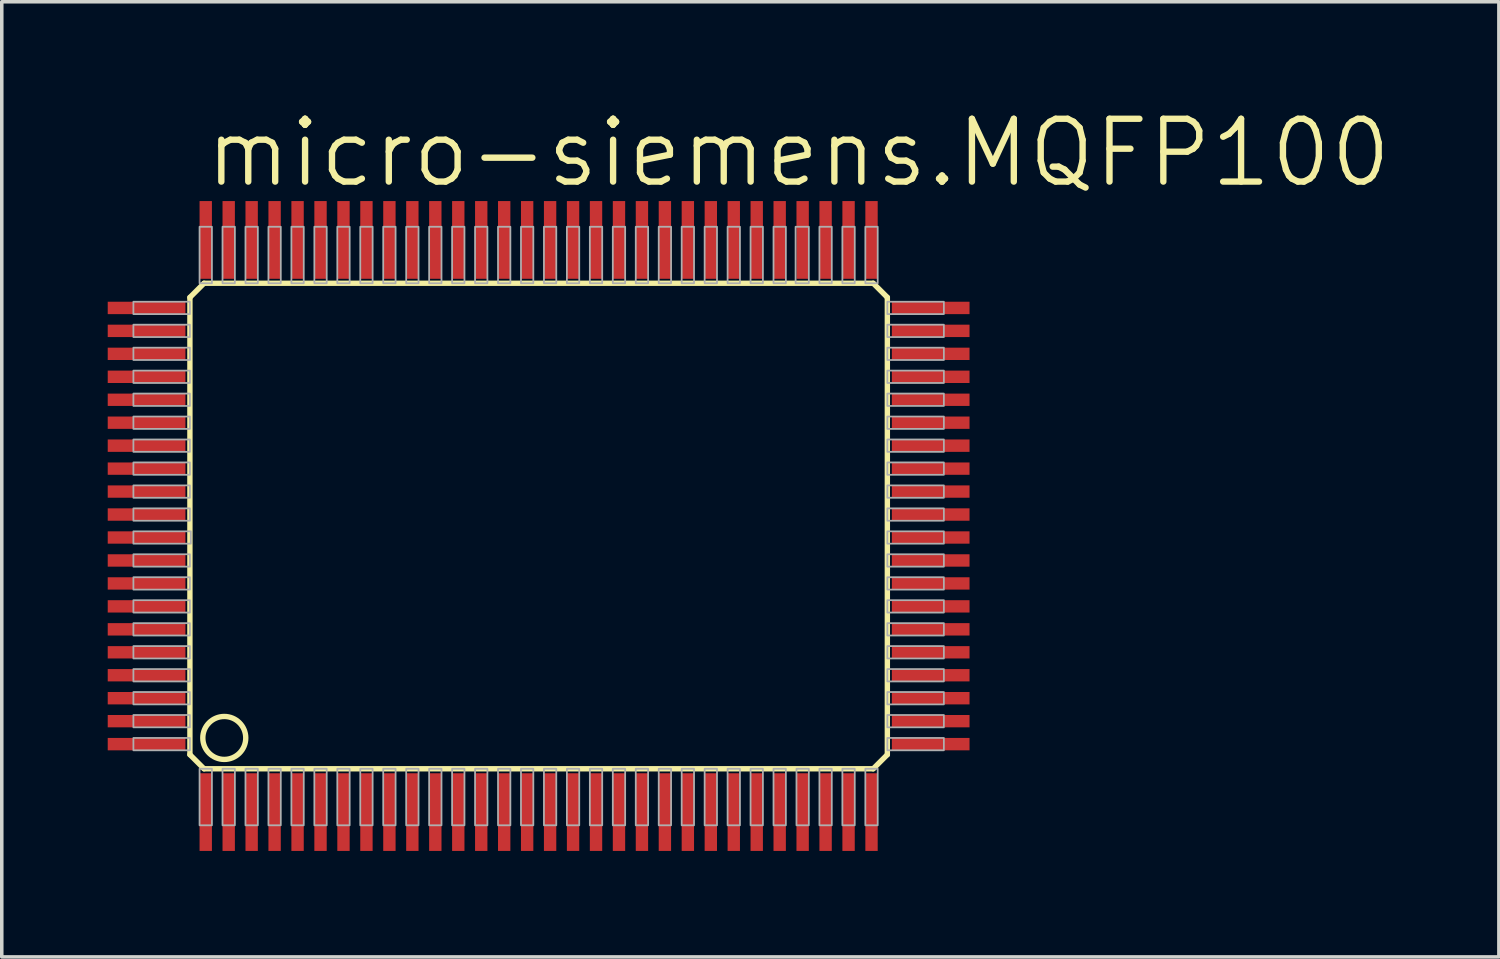
<source format=kicad_pcb>
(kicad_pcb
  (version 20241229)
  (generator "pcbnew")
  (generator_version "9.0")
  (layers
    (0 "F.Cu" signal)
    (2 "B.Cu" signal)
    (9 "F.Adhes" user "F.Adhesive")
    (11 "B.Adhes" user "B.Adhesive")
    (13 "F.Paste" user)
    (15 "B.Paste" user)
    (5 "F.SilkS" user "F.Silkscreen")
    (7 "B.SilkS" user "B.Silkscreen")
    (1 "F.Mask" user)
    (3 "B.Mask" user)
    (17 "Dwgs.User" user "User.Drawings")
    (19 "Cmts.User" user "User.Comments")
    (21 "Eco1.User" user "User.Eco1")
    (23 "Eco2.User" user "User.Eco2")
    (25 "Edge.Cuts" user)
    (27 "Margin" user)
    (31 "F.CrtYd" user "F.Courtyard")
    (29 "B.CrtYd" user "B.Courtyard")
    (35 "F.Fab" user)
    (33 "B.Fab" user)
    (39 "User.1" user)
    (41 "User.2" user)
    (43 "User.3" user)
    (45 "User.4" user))
  (footprint "micro-siemens.MQFP100"
    (layer "F.Cu")
    (at 12.2 11.843)
    (property "Reference" "micro-siemens.MQFP100" (at -9.525 -9.525 0) (layer "F.SilkS") (effects (font (size 1.778 1.778) (thickness 0.18)) (justify left bottom)))
    (attr smd)
    (fp_line (start -9.873 -6.473) (end -9.873 6.473) (stroke (width 0.152) (type default)) (layer "F.SilkS"))
    (fp_line (start -9.873 6.473) (end -9.473 6.873) (stroke (width 0.152) (type default)) (layer "F.SilkS"))
    (fp_line (start -9.473 -6.873) (end -9.873 -6.473) (stroke (width 0.152) (type default)) (layer "F.SilkS"))
    (fp_line (start -9.473 6.873) (end 9.473 6.873) (stroke (width 0.152) (type default)) (layer "F.SilkS"))
    (fp_line (start 9.473 -6.873) (end -9.473 -6.873) (stroke (width 0.152) (type default)) (layer "F.SilkS"))
    (fp_line (start 9.473 6.873) (end 9.873 6.473) (stroke (width 0.152) (type default)) (layer "F.SilkS"))
    (fp_line (start 9.873 -6.473) (end 9.473 -6.873) (stroke (width 0.152) (type default)) (layer "F.SilkS"))
    (fp_line (start 9.873 6.473) (end 9.873 -6.473) (stroke (width 0.152) (type default)) (layer "F.SilkS"))
    (fp_circle (center -8.9 6) (end -8.292 6) (stroke (width 0.152) (type default)) (fill no) (layer "F.SilkS"))
    (fp_rect (start -11.473 -6) (end -9.873 -6.35) (stroke (width 0.05) (type default)) (fill no) (layer "F.Fab"))
    (fp_rect (start -11.473 -5.35) (end -9.873 -5.7) (stroke (width 0.05) (type default)) (fill no) (layer "F.Fab"))
    (fp_rect (start -11.473 -4.7) (end -9.873 -5.05) (stroke (width 0.05) (type default)) (fill no) (layer "F.Fab"))
    (fp_rect (start -11.473 -4.05) (end -9.873 -4.4) (stroke (width 0.05) (type default)) (fill no) (layer "F.Fab"))
    (fp_rect (start -11.473 -3.4) (end -9.873 -3.75) (stroke (width 0.05) (type default)) (fill no) (layer "F.Fab"))
    (fp_rect (start -11.473 -2.75) (end -9.873 -3.1) (stroke (width 0.05) (type default)) (fill no) (layer "F.Fab"))
    (fp_rect (start -11.473 -2.1) (end -9.873 -2.45) (stroke (width 0.05) (type default)) (fill no) (layer "F.Fab"))
    (fp_rect (start -11.473 -1.45) (end -9.873 -1.8) (stroke (width 0.05) (type default)) (fill no) (layer "F.Fab"))
    (fp_rect (start -11.473 -0.8) (end -9.873 -1.15) (stroke (width 0.05) (type default)) (fill no) (layer "F.Fab"))
    (fp_rect (start -11.473 -0.15) (end -9.873 -0.5) (stroke (width 0.05) (type default)) (fill no) (layer "F.Fab"))
    (fp_rect (start -11.473 0.5) (end -9.848 0.15) (stroke (width 0.05) (type default)) (fill no) (layer "F.Fab"))
    (fp_rect (start -11.473 1.15) (end -9.873 0.8) (stroke (width 0.05) (type default)) (fill no) (layer "F.Fab"))
    (fp_rect (start -11.473 1.8) (end -9.873 1.45) (stroke (width 0.05) (type default)) (fill no) (layer "F.Fab"))
    (fp_rect (start -11.473 2.45) (end -9.873 2.1) (stroke (width 0.05) (type default)) (fill no) (layer "F.Fab"))
    (fp_rect (start -11.473 3.1) (end -9.873 2.75) (stroke (width 0.05) (type default)) (fill no) (layer "F.Fab"))
    (fp_rect (start -11.473 3.75) (end -9.873 3.4) (stroke (width 0.05) (type default)) (fill no) (layer "F.Fab"))
    (fp_rect (start -11.473 4.4) (end -9.873 4.05) (stroke (width 0.05) (type default)) (fill no) (layer "F.Fab"))
    (fp_rect (start -11.473 5.05) (end -9.873 4.7) (stroke (width 0.05) (type default)) (fill no) (layer "F.Fab"))
    (fp_rect (start -11.473 5.7) (end -9.873 5.35) (stroke (width 0.05) (type default)) (fill no) (layer "F.Fab"))
    (fp_rect (start -11.473 6.35) (end -9.873 6) (stroke (width 0.05) (type default)) (fill no) (layer "F.Fab"))
    (fp_rect (start -9.6 -6.873) (end -9.25 -8.473) (stroke (width 0.05) (type default)) (fill no) (layer "F.Fab"))
    (fp_rect (start -9.6 8.473) (end -9.25 6.873) (stroke (width 0.05) (type default)) (fill no) (layer "F.Fab"))
    (fp_rect (start -8.95 -6.873) (end -8.6 -8.473) (stroke (width 0.05) (type default)) (fill no) (layer "F.Fab"))
    (fp_rect (start -8.95 8.473) (end -8.6 6.873) (stroke (width 0.05) (type default)) (fill no) (layer "F.Fab"))
    (fp_rect (start -8.3 -6.873) (end -7.95 -8.473) (stroke (width 0.05) (type default)) (fill no) (layer "F.Fab"))
    (fp_rect (start -8.3 8.473) (end -7.95 6.873) (stroke (width 0.05) (type default)) (fill no) (layer "F.Fab"))
    (fp_rect (start -7.65 -6.873) (end -7.3 -8.473) (stroke (width 0.05) (type default)) (fill no) (layer "F.Fab"))
    (fp_rect (start -7.65 8.473) (end -7.3 6.873) (stroke (width 0.05) (type default)) (fill no) (layer "F.Fab"))
    (fp_rect (start -7 -6.873) (end -6.65 -8.473) (stroke (width 0.05) (type default)) (fill no) (layer "F.Fab"))
    (fp_rect (start -7 8.473) (end -6.65 6.873) (stroke (width 0.05) (type default)) (fill no) (layer "F.Fab"))
    (fp_rect (start -6.35 -6.873) (end -6 -8.473) (stroke (width 0.05) (type default)) (fill no) (layer "F.Fab"))
    (fp_rect (start -6.35 8.473) (end -6 6.873) (stroke (width 0.05) (type default)) (fill no) (layer "F.Fab"))
    (fp_rect (start -5.7 -6.873) (end -5.35 -8.473) (stroke (width 0.05) (type default)) (fill no) (layer "F.Fab"))
    (fp_rect (start -5.7 8.473) (end -5.35 6.873) (stroke (width 0.05) (type default)) (fill no) (layer "F.Fab"))
    (fp_rect (start -5.05 -6.873) (end -4.7 -8.473) (stroke (width 0.05) (type default)) (fill no) (layer "F.Fab"))
    (fp_rect (start -5.05 8.473) (end -4.7 6.873) (stroke (width 0.05) (type default)) (fill no) (layer "F.Fab"))
    (fp_rect (start -4.4 -6.873) (end -4.05 -8.473) (stroke (width 0.05) (type default)) (fill no) (layer "F.Fab"))
    (fp_rect (start -4.4 8.473) (end -4.05 6.873) (stroke (width 0.05) (type default)) (fill no) (layer "F.Fab"))
    (fp_rect (start -3.75 -6.873) (end -3.4 -8.473) (stroke (width 0.05) (type default)) (fill no) (layer "F.Fab"))
    (fp_rect (start -3.75 8.473) (end -3.4 6.873) (stroke (width 0.05) (type default)) (fill no) (layer "F.Fab"))
    (fp_rect (start -3.1 -6.873) (end -2.75 -8.473) (stroke (width 0.05) (type default)) (fill no) (layer "F.Fab"))
    (fp_rect (start -3.1 8.473) (end -2.75 6.873) (stroke (width 0.05) (type default)) (fill no) (layer "F.Fab"))
    (fp_rect (start -2.45 -6.873) (end -2.1 -8.473) (stroke (width 0.05) (type default)) (fill no) (layer "F.Fab"))
    (fp_rect (start -2.45 8.473) (end -2.1 6.873) (stroke (width 0.05) (type default)) (fill no) (layer "F.Fab"))
    (fp_rect (start -1.8 -6.873) (end -1.45 -8.473) (stroke (width 0.05) (type default)) (fill no) (layer "F.Fab"))
    (fp_rect (start -1.8 8.473) (end -1.45 6.873) (stroke (width 0.05) (type default)) (fill no) (layer "F.Fab"))
    (fp_rect (start -1.15 -6.873) (end -0.8 -8.473) (stroke (width 0.05) (type default)) (fill no) (layer "F.Fab"))
    (fp_rect (start -1.15 8.473) (end -0.8 6.873) (stroke (width 0.05) (type default)) (fill no) (layer "F.Fab"))
    (fp_rect (start -0.5 -6.873) (end -0.15 -8.473) (stroke (width 0.05) (type default)) (fill no) (layer "F.Fab"))
    (fp_rect (start -0.5 8.473) (end -0.15 6.873) (stroke (width 0.05) (type default)) (fill no) (layer "F.Fab"))
    (fp_rect (start 0.15 -6.873) (end 0.5 -8.473) (stroke (width 0.05) (type default)) (fill no) (layer "F.Fab"))
    (fp_rect (start 0.15 8.473) (end 0.5 6.873) (stroke (width 0.05) (type default)) (fill no) (layer "F.Fab"))
    (fp_rect (start 0.8 -6.873) (end 1.15 -8.473) (stroke (width 0.05) (type default)) (fill no) (layer "F.Fab"))
    (fp_rect (start 0.8 8.473) (end 1.15 6.873) (stroke (width 0.05) (type default)) (fill no) (layer "F.Fab"))
    (fp_rect (start 1.45 -6.873) (end 1.8 -8.473) (stroke (width 0.05) (type default)) (fill no) (layer "F.Fab"))
    (fp_rect (start 1.45 8.473) (end 1.8 6.873) (stroke (width 0.05) (type default)) (fill no) (layer "F.Fab"))
    (fp_rect (start 2.1 -6.873) (end 2.45 -8.473) (stroke (width 0.05) (type default)) (fill no) (layer "F.Fab"))
    (fp_rect (start 2.1 8.473) (end 2.45 6.873) (stroke (width 0.05) (type default)) (fill no) (layer "F.Fab"))
    (fp_rect (start 2.75 -6.873) (end 3.1 -8.473) (stroke (width 0.05) (type default)) (fill no) (layer "F.Fab"))
    (fp_rect (start 2.75 8.473) (end 3.1 6.873) (stroke (width 0.05) (type default)) (fill no) (layer "F.Fab"))
    (fp_rect (start 3.4 -6.873) (end 3.75 -8.473) (stroke (width 0.05) (type default)) (fill no) (layer "F.Fab"))
    (fp_rect (start 3.4 8.473) (end 3.75 6.873) (stroke (width 0.05) (type default)) (fill no) (layer "F.Fab"))
    (fp_rect (start 4.05 -6.873) (end 4.4 -8.473) (stroke (width 0.05) (type default)) (fill no) (layer "F.Fab"))
    (fp_rect (start 4.05 8.473) (end 4.4 6.873) (stroke (width 0.05) (type default)) (fill no) (layer "F.Fab"))
    (fp_rect (start 4.7 -6.873) (end 5.05 -8.473) (stroke (width 0.05) (type default)) (fill no) (layer "F.Fab"))
    (fp_rect (start 4.7 8.473) (end 5.05 6.873) (stroke (width 0.05) (type default)) (fill no) (layer "F.Fab"))
    (fp_rect (start 5.35 -6.873) (end 5.7 -8.473) (stroke (width 0.05) (type default)) (fill no) (layer "F.Fab"))
    (fp_rect (start 5.35 8.473) (end 5.7 6.873) (stroke (width 0.05) (type default)) (fill no) (layer "F.Fab"))
    (fp_rect (start 6 -6.873) (end 6.35 -8.473) (stroke (width 0.05) (type default)) (fill no) (layer "F.Fab"))
    (fp_rect (start 6 8.473) (end 6.35 6.873) (stroke (width 0.05) (type default)) (fill no) (layer "F.Fab"))
    (fp_rect (start 6.65 -6.873) (end 7 -8.473) (stroke (width 0.05) (type default)) (fill no) (layer "F.Fab"))
    (fp_rect (start 6.65 8.473) (end 7 6.873) (stroke (width 0.05) (type default)) (fill no) (layer "F.Fab"))
    (fp_rect (start 7.275 -6.873) (end 7.65 -8.473) (stroke (width 0.05) (type default)) (fill no) (layer "F.Fab"))
    (fp_rect (start 7.3 8.473) (end 7.65 6.873) (stroke (width 0.05) (type default)) (fill no) (layer "F.Fab"))
    (fp_rect (start 7.95 -6.873) (end 8.3 -8.473) (stroke (width 0.05) (type default)) (fill no) (layer "F.Fab"))
    (fp_rect (start 7.95 8.473) (end 8.3 6.873) (stroke (width 0.05) (type default)) (fill no) (layer "F.Fab"))
    (fp_rect (start 8.6 -6.873) (end 8.95 -8.473) (stroke (width 0.05) (type default)) (fill no) (layer "F.Fab"))
    (fp_rect (start 8.6 8.473) (end 8.95 6.873) (stroke (width 0.05) (type default)) (fill no) (layer "F.Fab"))
    (fp_rect (start 9.25 -6.873) (end 9.6 -8.473) (stroke (width 0.05) (type default)) (fill no) (layer "F.Fab"))
    (fp_rect (start 9.25 8.473) (end 9.6 6.873) (stroke (width 0.05) (type default)) (fill no) (layer "F.Fab"))
    (fp_rect (start 9.873 -6) (end 11.473 -6.35) (stroke (width 0.05) (type default)) (fill no) (layer "F.Fab"))
    (fp_rect (start 9.873 -5.35) (end 11.473 -5.7) (stroke (width 0.05) (type default)) (fill no) (layer "F.Fab"))
    (fp_rect (start 9.873 -4.7) (end 11.473 -5.05) (stroke (width 0.05) (type default)) (fill no) (layer "F.Fab"))
    (fp_rect (start 9.873 -4.05) (end 11.473 -4.4) (stroke (width 0.05) (type default)) (fill no) (layer "F.Fab"))
    (fp_rect (start 9.873 -3.4) (end 11.473 -3.75) (stroke (width 0.05) (type default)) (fill no) (layer "F.Fab"))
    (fp_rect (start 9.873 -2.75) (end 11.473 -3.1) (stroke (width 0.05) (type default)) (fill no) (layer "F.Fab"))
    (fp_rect (start 9.873 -2.1) (end 11.473 -2.45) (stroke (width 0.05) (type default)) (fill no) (layer "F.Fab"))
    (fp_rect (start 9.873 -1.45) (end 11.473 -1.8) (stroke (width 0.05) (type default)) (fill no) (layer "F.Fab"))
    (fp_rect (start 9.873 -0.8) (end 11.473 -1.15) (stroke (width 0.05) (type default)) (fill no) (layer "F.Fab"))
    (fp_rect (start 9.873 -0.15) (end 11.473 -0.5) (stroke (width 0.05) (type default)) (fill no) (layer "F.Fab"))
    (fp_rect (start 9.873 0.5) (end 11.473 0.15) (stroke (width 0.05) (type default)) (fill no) (layer "F.Fab"))
    (fp_rect (start 9.873 1.15) (end 11.473 0.8) (stroke (width 0.05) (type default)) (fill no) (layer "F.Fab"))
    (fp_rect (start 9.873 1.8) (end 11.473 1.45) (stroke (width 0.05) (type default)) (fill no) (layer "F.Fab"))
    (fp_rect (start 9.873 2.45) (end 11.473 2.1) (stroke (width 0.05) (type default)) (fill no) (layer "F.Fab"))
    (fp_rect (start 9.873 3.1) (end 11.473 2.75) (stroke (width 0.05) (type default)) (fill no) (layer "F.Fab"))
    (fp_rect (start 9.873 3.75) (end 11.473 3.4) (stroke (width 0.05) (type default)) (fill no) (layer "F.Fab"))
    (fp_rect (start 9.873 4.4) (end 11.473 4.05) (stroke (width 0.05) (type default)) (fill no) (layer "F.Fab"))
    (fp_rect (start 9.873 5.05) (end 11.473 4.7) (stroke (width 0.05) (type default)) (fill no) (layer "F.Fab"))
    (fp_rect (start 9.873 5.7) (end 11.473 5.35) (stroke (width 0.05) (type default)) (fill no) (layer "F.Fab"))
    (fp_rect (start 9.873 6.35) (end 11.473 6) (stroke (width 0.05) (type default)) (fill no) (layer "F.Fab"))
    (pad "1" smd roundrect (at -9.425 8.1) (size 0.35 2.2) (layers "F.Cu" "F.Mask" "F.Paste") (roundrect_rratio 0.01))
    (pad "2" smd roundrect (at -8.775 8.1) (size 0.35 2.2) (layers "F.Cu" "F.Mask" "F.Paste") (roundrect_rratio 0.01))
    (pad "3" smd roundrect (at -8.125 8.1) (size 0.35 2.2) (layers "F.Cu" "F.Mask" "F.Paste") (roundrect_rratio 0.01))
    (pad "4" smd roundrect (at -7.475 8.1) (size 0.35 2.2) (layers "F.Cu" "F.Mask" "F.Paste") (roundrect_rratio 0.01))
    (pad "5" smd roundrect (at -6.825 8.1) (size 0.35 2.2) (layers "F.Cu" "F.Mask" "F.Paste") (roundrect_rratio 0.01))
    (pad "6" smd roundrect (at -6.175 8.1) (size 0.35 2.2) (layers "F.Cu" "F.Mask" "F.Paste") (roundrect_rratio 0.01))
    (pad "7" smd roundrect (at -5.525 8.1) (size 0.35 2.2) (layers "F.Cu" "F.Mask" "F.Paste") (roundrect_rratio 0.01))
    (pad "8" smd roundrect (at -4.875 8.1) (size 0.35 2.2) (layers "F.Cu" "F.Mask" "F.Paste") (roundrect_rratio 0.01))
    (pad "9" smd roundrect (at -4.225 8.1) (size 0.35 2.2) (layers "F.Cu" "F.Mask" "F.Paste") (roundrect_rratio 0.01))
    (pad "10" smd roundrect (at -3.575 8.1) (size 0.35 2.2) (layers "F.Cu" "F.Mask" "F.Paste") (roundrect_rratio 0.01))
    (pad "11" smd roundrect (at -2.925 8.1) (size 0.35 2.2) (layers "F.Cu" "F.Mask" "F.Paste") (roundrect_rratio 0.01))
    (pad "12" smd roundrect (at -2.275 8.1) (size 0.35 2.2) (layers "F.Cu" "F.Mask" "F.Paste") (roundrect_rratio 0.01))
    (pad "13" smd roundrect (at -1.625 8.1) (size 0.35 2.2) (layers "F.Cu" "F.Mask" "F.Paste") (roundrect_rratio 0.01))
    (pad "14" smd roundrect (at -0.975 8.1) (size 0.35 2.2) (layers "F.Cu" "F.Mask" "F.Paste") (roundrect_rratio 0.01))
    (pad "15" smd roundrect (at -0.325 8.1) (size 0.35 2.2) (layers "F.Cu" "F.Mask" "F.Paste") (roundrect_rratio 0.01))
    (pad "16" smd roundrect (at 0.325 8.1) (size 0.35 2.2) (layers "F.Cu" "F.Mask" "F.Paste") (roundrect_rratio 0.01))
    (pad "17" smd roundrect (at 0.975 8.1) (size 0.35 2.2) (layers "F.Cu" "F.Mask" "F.Paste") (roundrect_rratio 0.01))
    (pad "18" smd roundrect (at 1.625 8.1) (size 0.35 2.2) (layers "F.Cu" "F.Mask" "F.Paste") (roundrect_rratio 0.01))
    (pad "19" smd roundrect (at 2.275 8.1) (size 0.35 2.2) (layers "F.Cu" "F.Mask" "F.Paste") (roundrect_rratio 0.01))
    (pad "20" smd roundrect (at 2.925 8.1) (size 0.35 2.2) (layers "F.Cu" "F.Mask" "F.Paste") (roundrect_rratio 0.01))
    (pad "21" smd roundrect (at 3.575 8.1) (size 0.35 2.2) (layers "F.Cu" "F.Mask" "F.Paste") (roundrect_rratio 0.01))
    (pad "22" smd roundrect (at 4.225 8.1) (size 0.35 2.2) (layers "F.Cu" "F.Mask" "F.Paste") (roundrect_rratio 0.01))
    (pad "23" smd roundrect (at 4.875 8.1) (size 0.35 2.2) (layers "F.Cu" "F.Mask" "F.Paste") (roundrect_rratio 0.01))
    (pad "24" smd roundrect (at 5.525 8.1) (size 0.35 2.2) (layers "F.Cu" "F.Mask" "F.Paste") (roundrect_rratio 0.01))
    (pad "25" smd roundrect (at 6.175 8.1) (size 0.35 2.2) (layers "F.Cu" "F.Mask" "F.Paste") (roundrect_rratio 0.01))
    (pad "26" smd roundrect (at 6.825 8.1) (size 0.35 2.2) (layers "F.Cu" "F.Mask" "F.Paste") (roundrect_rratio 0.01))
    (pad "27" smd roundrect (at 7.475 8.1) (size 0.35 2.2) (layers "F.Cu" "F.Mask" "F.Paste") (roundrect_rratio 0.01))
    (pad "28" smd roundrect (at 8.125 8.1) (size 0.35 2.2) (layers "F.Cu" "F.Mask" "F.Paste") (roundrect_rratio 0.01))
    (pad "29" smd roundrect (at 8.775 8.1) (size 0.35 2.2) (layers "F.Cu" "F.Mask" "F.Paste") (roundrect_rratio 0.01))
    (pad "30" smd roundrect (at 9.425 8.1) (size 0.35 2.2) (layers "F.Cu" "F.Mask" "F.Paste") (roundrect_rratio 0.01))
    (pad "31" smd roundrect (at 11.1 6.175) (size 2.2 0.35) (layers "F.Cu" "F.Mask" "F.Paste") (roundrect_rratio 0.01))
    (pad "32" smd roundrect (at 11.1 5.525) (size 2.2 0.35) (layers "F.Cu" "F.Mask" "F.Paste") (roundrect_rratio 0.01))
    (pad "33" smd roundrect (at 11.1 4.875) (size 2.2 0.35) (layers "F.Cu" "F.Mask" "F.Paste") (roundrect_rratio 0.01))
    (pad "34" smd roundrect (at 11.1 4.225) (size 2.2 0.35) (layers "F.Cu" "F.Mask" "F.Paste") (roundrect_rratio 0.01))
    (pad "35" smd roundrect (at 11.1 3.575) (size 2.2 0.35) (layers "F.Cu" "F.Mask" "F.Paste") (roundrect_rratio 0.01))
    (pad "36" smd roundrect (at 11.1 2.925) (size 2.2 0.35) (layers "F.Cu" "F.Mask" "F.Paste") (roundrect_rratio 0.01))
    (pad "37" smd roundrect (at 11.1 2.275) (size 2.2 0.35) (layers "F.Cu" "F.Mask" "F.Paste") (roundrect_rratio 0.01))
    (pad "38" smd roundrect (at 11.1 1.625) (size 2.2 0.35) (layers "F.Cu" "F.Mask" "F.Paste") (roundrect_rratio 0.01))
    (pad "39" smd roundrect (at 11.1 0.975) (size 2.2 0.35) (layers "F.Cu" "F.Mask" "F.Paste") (roundrect_rratio 0.01))
    (pad "40" smd roundrect (at 11.1 0.325) (size 2.2 0.35) (layers "F.Cu" "F.Mask" "F.Paste") (roundrect_rratio 0.01))
    (pad "41" smd roundrect (at 11.1 -0.325) (size 2.2 0.35) (layers "F.Cu" "F.Mask" "F.Paste") (roundrect_rratio 0.01))
    (pad "42" smd roundrect (at 11.1 -0.975) (size 2.2 0.35) (layers "F.Cu" "F.Mask" "F.Paste") (roundrect_rratio 0.01))
    (pad "43" smd roundrect (at 11.1 -1.625) (size 2.2 0.35) (layers "F.Cu" "F.Mask" "F.Paste") (roundrect_rratio 0.01))
    (pad "44" smd roundrect (at 11.1 -2.275) (size 2.2 0.35) (layers "F.Cu" "F.Mask" "F.Paste") (roundrect_rratio 0.01))
    (pad "45" smd roundrect (at 11.1 -2.925) (size 2.2 0.35) (layers "F.Cu" "F.Mask" "F.Paste") (roundrect_rratio 0.01))
    (pad "46" smd roundrect (at 11.1 -3.575) (size 2.2 0.35) (layers "F.Cu" "F.Mask" "F.Paste") (roundrect_rratio 0.01))
    (pad "47" smd roundrect (at 11.1 -4.225) (size 2.2 0.35) (layers "F.Cu" "F.Mask" "F.Paste") (roundrect_rratio 0.01))
    (pad "48" smd roundrect (at 11.1 -4.875) (size 2.2 0.35) (layers "F.Cu" "F.Mask" "F.Paste") (roundrect_rratio 0.01))
    (pad "49" smd roundrect (at 11.1 -5.525) (size 2.2 0.35) (layers "F.Cu" "F.Mask" "F.Paste") (roundrect_rratio 0.01))
    (pad "50" smd roundrect (at 11.1 -6.175) (size 2.2 0.35) (layers "F.Cu" "F.Mask" "F.Paste") (roundrect_rratio 0.01))
    (pad "51" smd roundrect (at 9.425 -8.1) (size 0.35 2.2) (layers "F.Cu" "F.Mask" "F.Paste") (roundrect_rratio 0.01))
    (pad "52" smd roundrect (at 8.775 -8.1) (size 0.35 2.2) (layers "F.Cu" "F.Mask" "F.Paste") (roundrect_rratio 0.01))
    (pad "53" smd roundrect (at 8.125 -8.1) (size 0.35 2.2) (layers "F.Cu" "F.Mask" "F.Paste") (roundrect_rratio 0.01))
    (pad "54" smd roundrect (at 7.475 -8.1) (size 0.35 2.2) (layers "F.Cu" "F.Mask" "F.Paste") (roundrect_rratio 0.01))
    (pad "55" smd roundrect (at 6.825 -8.1) (size 0.35 2.2) (layers "F.Cu" "F.Mask" "F.Paste") (roundrect_rratio 0.01))
    (pad "56" smd roundrect (at 6.175 -8.1) (size 0.35 2.2) (layers "F.Cu" "F.Mask" "F.Paste") (roundrect_rratio 0.01))
    (pad "57" smd roundrect (at 5.525 -8.1) (size 0.35 2.2) (layers "F.Cu" "F.Mask" "F.Paste") (roundrect_rratio 0.01))
    (pad "58" smd roundrect (at 4.875 -8.1) (size 0.35 2.2) (layers "F.Cu" "F.Mask" "F.Paste") (roundrect_rratio 0.01))
    (pad "59" smd roundrect (at 4.225 -8.1) (size 0.35 2.2) (layers "F.Cu" "F.Mask" "F.Paste") (roundrect_rratio 0.01))
    (pad "60" smd roundrect (at 3.575 -8.1) (size 0.35 2.2) (layers "F.Cu" "F.Mask" "F.Paste") (roundrect_rratio 0.01))
    (pad "61" smd roundrect (at 2.925 -8.1) (size 0.35 2.2) (layers "F.Cu" "F.Mask" "F.Paste") (roundrect_rratio 0.01))
    (pad "62" smd roundrect (at 2.275 -8.1) (size 0.35 2.2) (layers "F.Cu" "F.Mask" "F.Paste") (roundrect_rratio 0.01))
    (pad "63" smd roundrect (at 1.625 -8.1) (size 0.35 2.2) (layers "F.Cu" "F.Mask" "F.Paste") (roundrect_rratio 0.01))
    (pad "64" smd roundrect (at 0.975 -8.1) (size 0.35 2.2) (layers "F.Cu" "F.Mask" "F.Paste") (roundrect_rratio 0.01))
    (pad "65" smd roundrect (at 0.325 -8.1) (size 0.35 2.2) (layers "F.Cu" "F.Mask" "F.Paste") (roundrect_rratio 0.01))
    (pad "66" smd roundrect (at -0.325 -8.1) (size 0.35 2.2) (layers "F.Cu" "F.Mask" "F.Paste") (roundrect_rratio 0.01))
    (pad "67" smd roundrect (at -0.975 -8.1) (size 0.35 2.2) (layers "F.Cu" "F.Mask" "F.Paste") (roundrect_rratio 0.01))
    (pad "68" smd roundrect (at -1.625 -8.1) (size 0.35 2.2) (layers "F.Cu" "F.Mask" "F.Paste") (roundrect_rratio 0.01))
    (pad "69" smd roundrect (at -2.275 -8.1) (size 0.35 2.2) (layers "F.Cu" "F.Mask" "F.Paste") (roundrect_rratio 0.01))
    (pad "70" smd roundrect (at -2.925 -8.1) (size 0.35 2.2) (layers "F.Cu" "F.Mask" "F.Paste") (roundrect_rratio 0.01))
    (pad "71" smd roundrect (at -3.575 -8.1) (size 0.35 2.2) (layers "F.Cu" "F.Mask" "F.Paste") (roundrect_rratio 0.01))
    (pad "72" smd roundrect (at -4.225 -8.1) (size 0.35 2.2) (layers "F.Cu" "F.Mask" "F.Paste") (roundrect_rratio 0.01))
    (pad "73" smd roundrect (at -4.875 -8.1) (size 0.35 2.2) (layers "F.Cu" "F.Mask" "F.Paste") (roundrect_rratio 0.01))
    (pad "74" smd roundrect (at -5.525 -8.1) (size 0.35 2.2) (layers "F.Cu" "F.Mask" "F.Paste") (roundrect_rratio 0.01))
    (pad "75" smd roundrect (at -6.175 -8.1) (size 0.35 2.2) (layers "F.Cu" "F.Mask" "F.Paste") (roundrect_rratio 0.01))
    (pad "76" smd roundrect (at -6.825 -8.1) (size 0.35 2.2) (layers "F.Cu" "F.Mask" "F.Paste") (roundrect_rratio 0.01))
    (pad "77" smd roundrect (at -7.475 -8.1) (size 0.35 2.2) (layers "F.Cu" "F.Mask" "F.Paste") (roundrect_rratio 0.01))
    (pad "78" smd roundrect (at -8.125 -8.1) (size 0.35 2.2) (layers "F.Cu" "F.Mask" "F.Paste") (roundrect_rratio 0.01))
    (pad "79" smd roundrect (at -8.775 -8.1) (size 0.35 2.2) (layers "F.Cu" "F.Mask" "F.Paste") (roundrect_rratio 0.01))
    (pad "80" smd roundrect (at -9.425 -8.1) (size 0.35 2.2) (layers "F.Cu" "F.Mask" "F.Paste") (roundrect_rratio 0.01))
    (pad "81" smd roundrect (at -11.1 -6.175) (size 2.2 0.35) (layers "F.Cu" "F.Mask" "F.Paste") (roundrect_rratio 0.01))
    (pad "82" smd roundrect (at -11.1 -5.525) (size 2.2 0.35) (layers "F.Cu" "F.Mask" "F.Paste") (roundrect_rratio 0.01))
    (pad "83" smd roundrect (at -11.1 -4.875) (size 2.2 0.35) (layers "F.Cu" "F.Mask" "F.Paste") (roundrect_rratio 0.01))
    (pad "84" smd roundrect (at -11.1 -4.225) (size 2.2 0.35) (layers "F.Cu" "F.Mask" "F.Paste") (roundrect_rratio 0.01))
    (pad "85" smd roundrect (at -11.1 -3.575) (size 2.2 0.35) (layers "F.Cu" "F.Mask" "F.Paste") (roundrect_rratio 0.01))
    (pad "86" smd roundrect (at -11.1 -2.925) (size 2.2 0.35) (layers "F.Cu" "F.Mask" "F.Paste") (roundrect_rratio 0.01))
    (pad "87" smd roundrect (at -11.1 -2.275) (size 2.2 0.35) (layers "F.Cu" "F.Mask" "F.Paste") (roundrect_rratio 0.01))
    (pad "88" smd roundrect (at -11.1 -1.625) (size 2.2 0.35) (layers "F.Cu" "F.Mask" "F.Paste") (roundrect_rratio 0.01))
    (pad "89" smd roundrect (at -11.1 -0.975) (size 2.2 0.35) (layers "F.Cu" "F.Mask" "F.Paste") (roundrect_rratio 0.01))
    (pad "90" smd roundrect (at -11.1 -0.325) (size 2.2 0.35) (layers "F.Cu" "F.Mask" "F.Paste") (roundrect_rratio 0.01))
    (pad "91" smd roundrect (at -11.1 0.325) (size 2.2 0.35) (layers "F.Cu" "F.Mask" "F.Paste") (roundrect_rratio 0.01))
    (pad "92" smd roundrect (at -11.1 0.975) (size 2.2 0.35) (layers "F.Cu" "F.Mask" "F.Paste") (roundrect_rratio 0.01))
    (pad "93" smd roundrect (at -11.1 1.625) (size 2.2 0.35) (layers "F.Cu" "F.Mask" "F.Paste") (roundrect_rratio 0.01))
    (pad "94" smd roundrect (at -11.1 2.275) (size 2.2 0.35) (layers "F.Cu" "F.Mask" "F.Paste") (roundrect_rratio 0.01))
    (pad "95" smd roundrect (at -11.1 2.925) (size 2.2 0.35) (layers "F.Cu" "F.Mask" "F.Paste") (roundrect_rratio 0.01))
    (pad "96" smd roundrect (at -11.1 3.575) (size 2.2 0.35) (layers "F.Cu" "F.Mask" "F.Paste") (roundrect_rratio 0.01))
    (pad "97" smd roundrect (at -11.1 4.225) (size 2.2 0.35) (layers "F.Cu" "F.Mask" "F.Paste") (roundrect_rratio 0.01))
    (pad "98" smd roundrect (at -11.1 4.875) (size 2.2 0.35) (layers "F.Cu" "F.Mask" "F.Paste") (roundrect_rratio 0.01))
    (pad "99" smd roundrect (at -11.1 5.525) (size 2.2 0.35) (layers "F.Cu" "F.Mask" "F.Paste") (roundrect_rratio 0.01))
    (pad "100" smd roundrect (at -11.1 6.175) (size 2.2 0.35) (layers "F.Cu" "F.Mask" "F.Paste") (roundrect_rratio 0.01)))
  (gr_rect
    (start -3 -3)
    (end 39.387 24.043)
    (stroke (width 0.1) (type default))
    (fill no)
    (layer "Edge.Cuts")))
</source>
